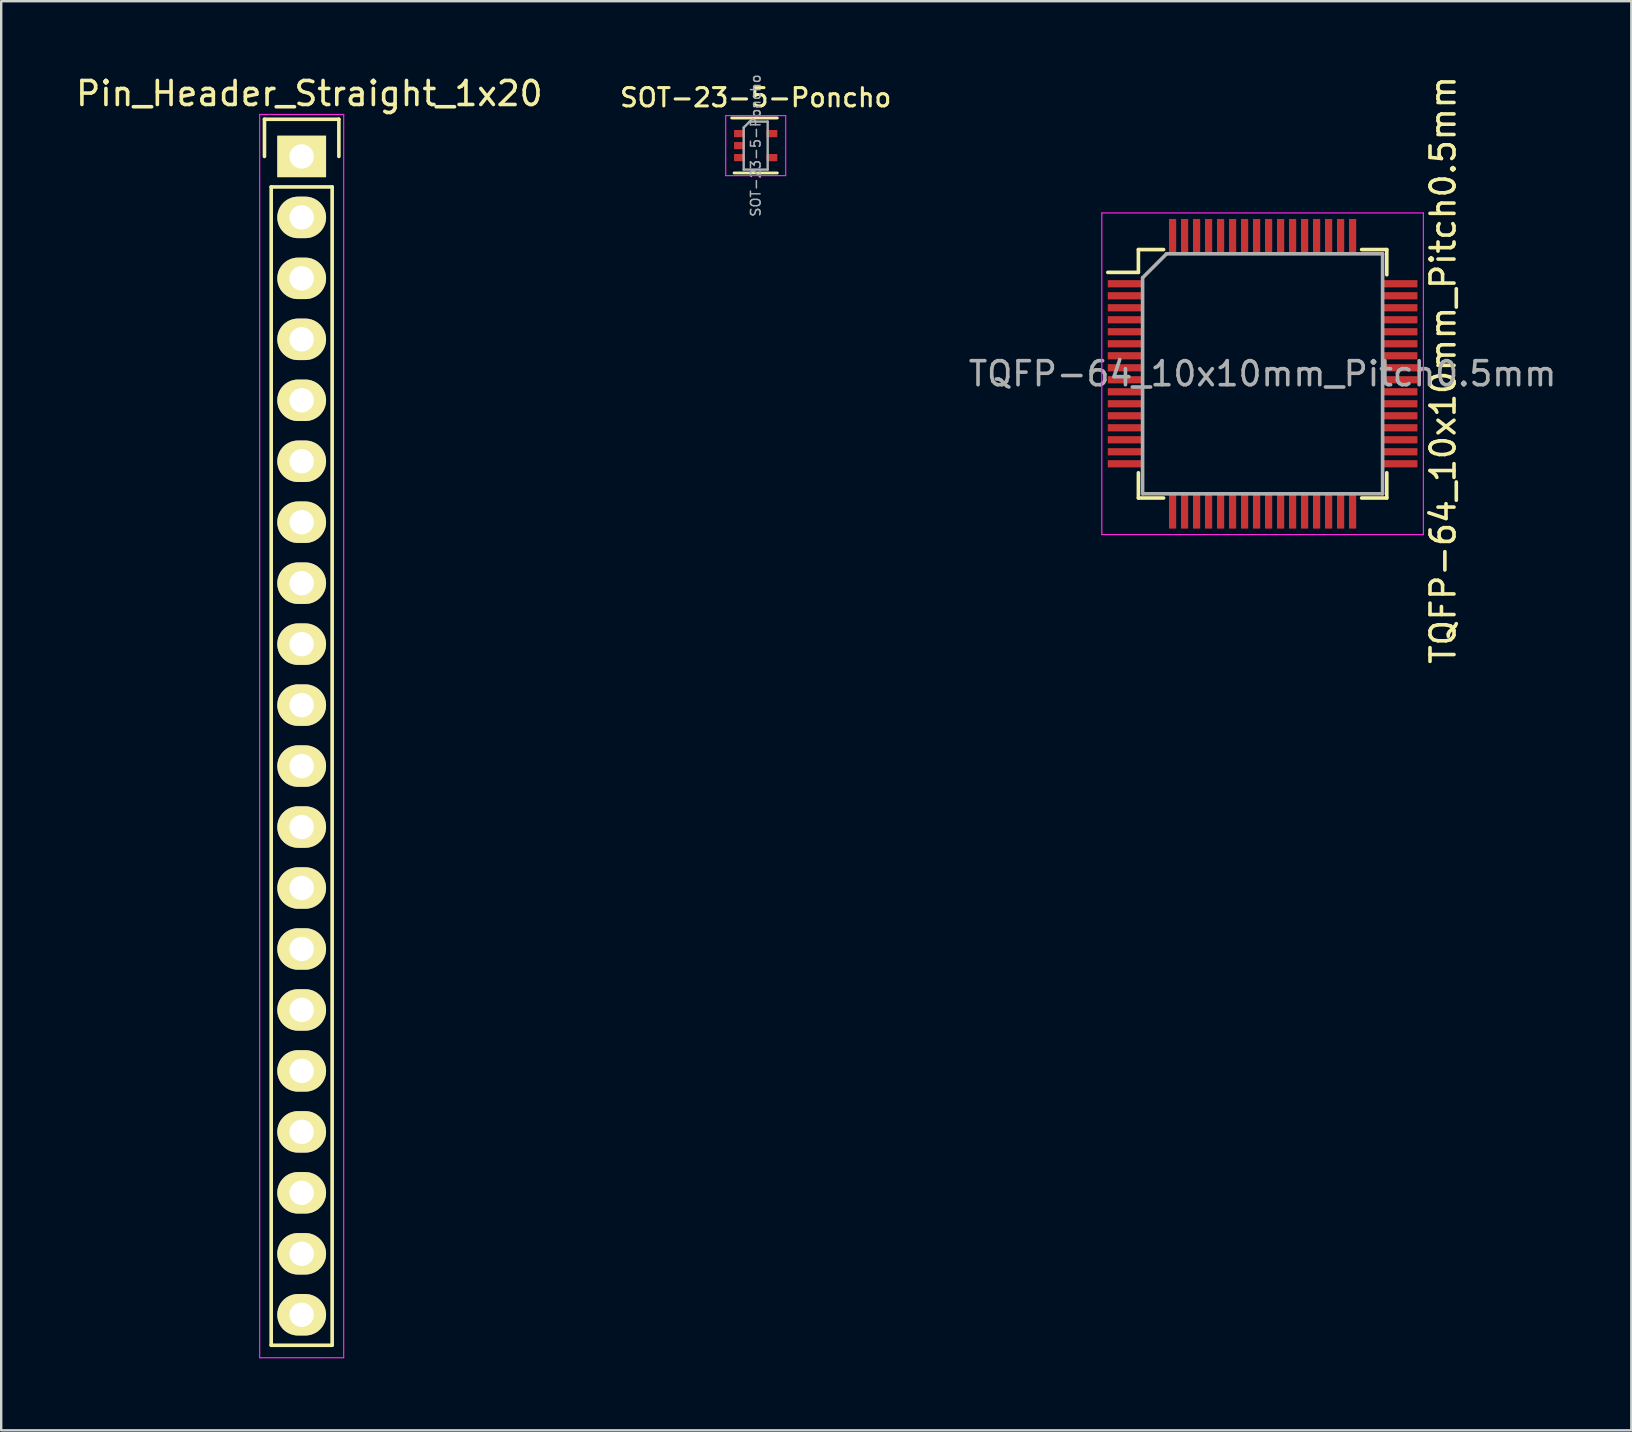
<source format=kicad_pcb>
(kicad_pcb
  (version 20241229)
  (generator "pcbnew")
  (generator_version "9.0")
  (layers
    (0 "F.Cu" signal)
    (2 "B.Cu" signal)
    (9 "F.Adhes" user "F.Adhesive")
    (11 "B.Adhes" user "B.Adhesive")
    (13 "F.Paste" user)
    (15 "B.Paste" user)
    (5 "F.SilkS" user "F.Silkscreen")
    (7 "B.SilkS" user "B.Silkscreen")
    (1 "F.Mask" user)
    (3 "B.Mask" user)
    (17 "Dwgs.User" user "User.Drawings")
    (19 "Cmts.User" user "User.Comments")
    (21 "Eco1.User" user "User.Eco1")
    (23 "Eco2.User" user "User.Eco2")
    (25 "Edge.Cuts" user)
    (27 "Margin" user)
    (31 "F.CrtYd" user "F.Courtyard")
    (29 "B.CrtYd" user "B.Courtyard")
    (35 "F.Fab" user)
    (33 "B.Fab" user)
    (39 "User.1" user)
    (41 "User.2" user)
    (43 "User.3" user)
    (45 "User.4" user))
  (footprint "SOT-23-5-Poncho"
    (layer "F.Cu")
    (at 28.435 3.016)
    (property "Reference" "SOT-23-5-Poncho" (at 0 -2 0) (layer "F.SilkS") (effects (font (size 0.762 0.762) (thickness 0.127))))
    (attr smd)
    (fp_line (start -0.9 1.14) (end 0.9 1.14) (stroke (width 0.12) (type solid)) (layer "F.SilkS"))
    (fp_line (start 0.9 -1.15) (end -1 -1.15) (stroke (width 0.12) (type solid)) (layer "F.SilkS"))
    (fp_line (start -1.25 -1.25) (end 1.25 -1.25) (stroke (width 0.05) (type solid)) (layer "F.CrtYd"))
    (fp_line (start -1.25 1.25) (end -1.25 -1.25) (stroke (width 0.05) (type solid)) (layer "F.CrtYd"))
    (fp_line (start 1.25 -1.25) (end 1.25 1.25) (stroke (width 0.05) (type solid)) (layer "F.CrtYd"))
    (fp_line (start 1.25 1.25) (end -1.25 1.25) (stroke (width 0.05) (type solid)) (layer "F.CrtYd"))
    (fp_line (start -0.5 -0.75) (end -0.5 1) (stroke (width 0.1) (type solid)) (layer "F.Fab"))
    (fp_line (start -0.5 -0.75) (end -0.25 -1) (stroke (width 0.1) (type solid)) (layer "F.Fab"))
    (fp_line (start 0.5 -1) (end -0.25 -1) (stroke (width 0.1) (type solid)) (layer "F.Fab"))
    (fp_line (start 0.5 -1) (end 0.5 1) (stroke (width 0.1) (type solid)) (layer "F.Fab"))
    (fp_line (start 0.5 1) (end -0.5 1) (stroke (width 0.1) (type solid)) (layer "F.Fab"))
    (fp_text user "${REFERENCE}" (at 0 0 90) (layer "F.Fab") (effects (font (size 0.4 0.4) (thickness 0.062))))
    (pad "1" smd rect (at -0.675 -0.5) (size 0.45 0.3) (layers "F.Cu" "F.Mask" "F.Paste"))
    (pad "2" smd rect (at -0.675 0) (size 0.45 0.3) (layers "F.Cu" "F.Mask" "F.Paste"))
    (pad "3" smd rect (at -0.675 0.5) (size 0.45 0.3) (layers "F.Cu" "F.Mask" "F.Paste"))
    (pad "4" smd rect (at 0.675 0.5) (size 0.45 0.3) (layers "F.Cu" "F.Mask" "F.Paste"))
    (pad "5" smd rect (at 0.675 -0.5) (size 0.45 0.3) (layers "F.Cu" "F.Mask" "F.Paste")))
  (footprint "Pin_Header_Straight_1x20"
    (layer "F.Cu")
    (at 9.519 3.468)
    (property "Reference" "Pin_Header_Straight_1x20" (at 0.32 -2.62 0) (layer "F.SilkS") (effects (font (size 1 1) (thickness 0.15))))
    (attr through_hole)
    (fp_line (start -1.55 -1.55) (end 1.55 -1.55) (stroke (width 0.15) (type solid)) (layer "F.SilkS"))
    (fp_line (start -1.55 0) (end -1.55 -1.55) (stroke (width 0.15) (type solid)) (layer "F.SilkS"))
    (fp_line (start -1.27 49.53) (end -1.27 1.27) (stroke (width 0.15) (type solid)) (layer "F.SilkS"))
    (fp_line (start 1.27 1.27) (end -1.27 1.27) (stroke (width 0.15) (type solid)) (layer "F.SilkS"))
    (fp_line (start 1.27 1.27) (end 1.27 49.53) (stroke (width 0.15) (type solid)) (layer "F.SilkS"))
    (fp_line (start 1.27 49.53) (end -1.27 49.53) (stroke (width 0.15) (type solid)) (layer "F.SilkS"))
    (fp_line (start 1.55 -1.55) (end 1.55 0) (stroke (width 0.15) (type solid)) (layer "F.SilkS"))
    (fp_line (start -1.75 -1.75) (end -1.75 50.05) (stroke (width 0.05) (type solid)) (layer "F.CrtYd"))
    (fp_line (start -1.75 -1.75) (end 1.75 -1.75) (stroke (width 0.05) (type solid)) (layer "F.CrtYd"))
    (fp_line (start -1.75 50.05) (end 1.75 50.05) (stroke (width 0.05) (type solid)) (layer "F.CrtYd"))
    (fp_line (start 1.75 -1.75) (end 1.75 50.05) (stroke (width 0.05) (type solid)) (layer "F.CrtYd"))
    (pad "1" thru_hole rect (at 0 0) (size 2.032 1.727) (drill 1.016) (layers "*.Cu" "*.Mask" "F.SilkS"))
    (pad "2" thru_hole oval (at 0 2.54) (size 2.032 1.727) (drill 1.016) (layers "*.Cu" "*.Mask" "F.SilkS"))
    (pad "3" thru_hole oval (at 0 5.08) (size 2.032 1.727) (drill 1.016) (layers "*.Cu" "*.Mask" "F.SilkS"))
    (pad "4" thru_hole oval (at 0 7.62) (size 2.032 1.727) (drill 1.016) (layers "*.Cu" "*.Mask" "F.SilkS"))
    (pad "5" thru_hole oval (at 0 10.16) (size 2.032 1.727) (drill 1.016) (layers "*.Cu" "*.Mask" "F.SilkS"))
    (pad "6" thru_hole oval (at 0 12.7) (size 2.032 1.727) (drill 1.016) (layers "*.Cu" "*.Mask" "F.SilkS"))
    (pad "7" thru_hole oval (at 0 15.24) (size 2.032 1.727) (drill 1.016) (layers "*.Cu" "*.Mask" "F.SilkS"))
    (pad "8" thru_hole oval (at 0 17.78) (size 2.032 1.727) (drill 1.016) (layers "*.Cu" "*.Mask" "F.SilkS"))
    (pad "9" thru_hole oval (at 0 20.32) (size 2.032 1.727) (drill 1.016) (layers "*.Cu" "*.Mask" "F.SilkS"))
    (pad "10" thru_hole oval (at 0 22.86) (size 2.032 1.727) (drill 1.016) (layers "*.Cu" "*.Mask" "F.SilkS"))
    (pad "11" thru_hole oval (at 0 25.4) (size 2.032 1.727) (drill 1.016) (layers "*.Cu" "*.Mask" "F.SilkS"))
    (pad "12" thru_hole oval (at 0 27.94) (size 2.032 1.727) (drill 1.016) (layers "*.Cu" "*.Mask" "F.SilkS"))
    (pad "13" thru_hole oval (at 0 30.48) (size 2.032 1.727) (drill 1.016) (layers "*.Cu" "*.Mask" "F.SilkS"))
    (pad "14" thru_hole oval (at 0 33.02) (size 2.032 1.727) (drill 1.016) (layers "*.Cu" "*.Mask" "F.SilkS"))
    (pad "15" thru_hole oval (at 0 35.56) (size 2.032 1.727) (drill 1.016) (layers "*.Cu" "*.Mask" "F.SilkS"))
    (pad "16" thru_hole oval (at 0 38.1) (size 2.032 1.727) (drill 1.016) (layers "*.Cu" "*.Mask" "F.SilkS"))
    (pad "17" thru_hole oval (at 0 40.64) (size 2.032 1.727) (drill 1.016) (layers "*.Cu" "*.Mask" "F.SilkS"))
    (pad "18" thru_hole oval (at 0 43.18) (size 2.032 1.727) (drill 1.016) (layers "*.Cu" "*.Mask" "F.SilkS"))
    (pad "19" thru_hole oval (at 0 45.72) (size 2.032 1.727) (drill 1.016) (layers "*.Cu" "*.Mask" "F.SilkS"))
    (pad "20" thru_hole oval (at 0 48.26) (size 2.032 1.727) (drill 1.016) (layers "*.Cu" "*.Mask" "F.SilkS")))
  (footprint "TQFP-64_10x10mm_Pitch0.5mm"
    (layer "F.Cu")
    (at 49.555 12.523)
    (property "Reference" "TQFP-64_10x10mm_Pitch0.5mm" (at 7.52 -0.16 90) (layer "F.SilkS") (effects (font (size 1 1) (thickness 0.15))))
    (attr smd)
    (fp_line (start -5.175 -5.175) (end -5.175 -4.225) (stroke (width 0.15) (type solid)) (layer "F.SilkS"))
    (fp_line (start -5.175 -5.175) (end -4.125 -5.175) (stroke (width 0.15) (type solid)) (layer "F.SilkS"))
    (fp_line (start -5.175 -4.225) (end -6.45 -4.225) (stroke (width 0.15) (type solid)) (layer "F.SilkS"))
    (fp_line (start -5.175 5.175) (end -5.175 4.125) (stroke (width 0.15) (type solid)) (layer "F.SilkS"))
    (fp_line (start -5.175 5.175) (end -4.125 5.175) (stroke (width 0.15) (type solid)) (layer "F.SilkS"))
    (fp_line (start 5.175 -5.175) (end 4.125 -5.175) (stroke (width 0.15) (type solid)) (layer "F.SilkS"))
    (fp_line (start 5.175 -5.175) (end 5.175 -4.125) (stroke (width 0.15) (type solid)) (layer "F.SilkS"))
    (fp_line (start 5.175 5.175) (end 4.125 5.175) (stroke (width 0.15) (type solid)) (layer "F.SilkS"))
    (fp_line (start 5.175 5.175) (end 5.175 4.125) (stroke (width 0.15) (type solid)) (layer "F.SilkS"))
    (fp_line (start -6.7 -6.7) (end -6.7 6.7) (stroke (width 0.05) (type solid)) (layer "F.CrtYd"))
    (fp_line (start -6.7 -6.7) (end 6.7 -6.7) (stroke (width 0.05) (type solid)) (layer "F.CrtYd"))
    (fp_line (start -6.7 6.7) (end 6.7 6.7) (stroke (width 0.05) (type solid)) (layer "F.CrtYd"))
    (fp_line (start 6.7 -6.7) (end 6.7 6.7) (stroke (width 0.05) (type solid)) (layer "F.CrtYd"))
    (fp_line (start -5 -4) (end -4 -5) (stroke (width 0.15) (type solid)) (layer "F.Fab"))
    (fp_line (start -5 5) (end -5 -4) (stroke (width 0.15) (type solid)) (layer "F.Fab"))
    (fp_line (start -4 -5) (end 5 -5) (stroke (width 0.15) (type solid)) (layer "F.Fab"))
    (fp_line (start 5 -5) (end 5 5) (stroke (width 0.15) (type solid)) (layer "F.Fab"))
    (fp_line (start 5 5) (end -5 5) (stroke (width 0.15) (type solid)) (layer "F.Fab"))
    (fp_text user "${REFERENCE}" (at 0 0 0) (layer "F.Fab") (effects (font (size 1 1) (thickness 0.15))))
    (pad "1" smd rect (at -5.7 -3.75) (size 1.5 0.3) (layers "F.Cu" "F.Mask" "F.Paste"))
    (pad "2" smd rect (at -5.7 -3.25) (size 1.5 0.3) (layers "F.Cu" "F.Mask" "F.Paste"))
    (pad "3" smd rect (at -5.7 -2.75) (size 1.5 0.3) (layers "F.Cu" "F.Mask" "F.Paste"))
    (pad "4" smd rect (at -5.7 -2.25) (size 1.5 0.3) (layers "F.Cu" "F.Mask" "F.Paste"))
    (pad "5" smd rect (at -5.7 -1.75) (size 1.5 0.3) (layers "F.Cu" "F.Mask" "F.Paste"))
    (pad "6" smd rect (at -5.7 -1.25) (size 1.5 0.3) (layers "F.Cu" "F.Mask" "F.Paste"))
    (pad "7" smd rect (at -5.7 -0.75) (size 1.5 0.3) (layers "F.Cu" "F.Mask" "F.Paste"))
    (pad "8" smd rect (at -5.7 -0.25) (size 1.5 0.3) (layers "F.Cu" "F.Mask" "F.Paste"))
    (pad "9" smd rect (at -5.7 0.25) (size 1.5 0.3) (layers "F.Cu" "F.Mask" "F.Paste"))
    (pad "10" smd rect (at -5.7 0.75) (size 1.5 0.3) (layers "F.Cu" "F.Mask" "F.Paste"))
    (pad "11" smd rect (at -5.7 1.25) (size 1.5 0.3) (layers "F.Cu" "F.Mask" "F.Paste"))
    (pad "12" smd rect (at -5.7 1.75) (size 1.5 0.3) (layers "F.Cu" "F.Mask" "F.Paste"))
    (pad "13" smd rect (at -5.7 2.25) (size 1.5 0.3) (layers "F.Cu" "F.Mask" "F.Paste"))
    (pad "14" smd rect (at -5.7 2.75) (size 1.5 0.3) (layers "F.Cu" "F.Mask" "F.Paste"))
    (pad "15" smd rect (at -5.7 3.25) (size 1.5 0.3) (layers "F.Cu" "F.Mask" "F.Paste"))
    (pad "16" smd rect (at -5.7 3.75) (size 1.5 0.3) (layers "F.Cu" "F.Mask" "F.Paste"))
    (pad "17" smd rect (at -3.75 5.7 90) (size 1.5 0.3) (layers "F.Cu" "F.Mask" "F.Paste"))
    (pad "18" smd rect (at -3.25 5.7 90) (size 1.5 0.3) (layers "F.Cu" "F.Mask" "F.Paste"))
    (pad "19" smd rect (at -2.75 5.7 90) (size 1.5 0.3) (layers "F.Cu" "F.Mask" "F.Paste"))
    (pad "20" smd rect (at -2.25 5.7 90) (size 1.5 0.3) (layers "F.Cu" "F.Mask" "F.Paste"))
    (pad "21" smd rect (at -1.75 5.7 90) (size 1.5 0.3) (layers "F.Cu" "F.Mask" "F.Paste"))
    (pad "22" smd rect (at -1.25 5.7 90) (size 1.5 0.3) (layers "F.Cu" "F.Mask" "F.Paste"))
    (pad "23" smd rect (at -0.75 5.7 90) (size 1.5 0.3) (layers "F.Cu" "F.Mask" "F.Paste"))
    (pad "24" smd rect (at -0.25 5.7 90) (size 1.5 0.3) (layers "F.Cu" "F.Mask" "F.Paste"))
    (pad "25" smd rect (at 0.25 5.7 90) (size 1.5 0.3) (layers "F.Cu" "F.Mask" "F.Paste"))
    (pad "26" smd rect (at 0.75 5.7 90) (size 1.5 0.3) (layers "F.Cu" "F.Mask" "F.Paste"))
    (pad "27" smd rect (at 1.25 5.7 90) (size 1.5 0.3) (layers "F.Cu" "F.Mask" "F.Paste"))
    (pad "28" smd rect (at 1.75 5.7 90) (size 1.5 0.3) (layers "F.Cu" "F.Mask" "F.Paste"))
    (pad "29" smd rect (at 2.25 5.7 90) (size 1.5 0.3) (layers "F.Cu" "F.Mask" "F.Paste"))
    (pad "30" smd rect (at 2.75 5.7 90) (size 1.5 0.3) (layers "F.Cu" "F.Mask" "F.Paste"))
    (pad "31" smd rect (at 3.25 5.7 90) (size 1.5 0.3) (layers "F.Cu" "F.Mask" "F.Paste"))
    (pad "32" smd rect (at 3.75 5.7 90) (size 1.5 0.3) (layers "F.Cu" "F.Mask" "F.Paste"))
    (pad "33" smd rect (at 5.7 3.75) (size 1.5 0.3) (layers "F.Cu" "F.Mask" "F.Paste"))
    (pad "34" smd rect (at 5.7 3.25) (size 1.5 0.3) (layers "F.Cu" "F.Mask" "F.Paste"))
    (pad "35" smd rect (at 5.7 2.75) (size 1.5 0.3) (layers "F.Cu" "F.Mask" "F.Paste"))
    (pad "36" smd rect (at 5.7 2.25) (size 1.5 0.3) (layers "F.Cu" "F.Mask" "F.Paste"))
    (pad "37" smd rect (at 5.7 1.75) (size 1.5 0.3) (layers "F.Cu" "F.Mask" "F.Paste"))
    (pad "38" smd rect (at 5.7 1.25) (size 1.5 0.3) (layers "F.Cu" "F.Mask" "F.Paste"))
    (pad "39" smd rect (at 5.7 0.75) (size 1.5 0.3) (layers "F.Cu" "F.Mask" "F.Paste"))
    (pad "40" smd rect (at 5.7 0.25) (size 1.5 0.3) (layers "F.Cu" "F.Mask" "F.Paste"))
    (pad "41" smd rect (at 5.7 -0.25) (size 1.5 0.3) (layers "F.Cu" "F.Mask" "F.Paste"))
    (pad "42" smd rect (at 5.7 -0.75) (size 1.5 0.3) (layers "F.Cu" "F.Mask" "F.Paste"))
    (pad "43" smd rect (at 5.7 -1.25) (size 1.5 0.3) (layers "F.Cu" "F.Mask" "F.Paste"))
    (pad "44" smd rect (at 5.7 -1.75) (size 1.5 0.3) (layers "F.Cu" "F.Mask" "F.Paste"))
    (pad "45" smd rect (at 5.7 -2.25) (size 1.5 0.3) (layers "F.Cu" "F.Mask" "F.Paste"))
    (pad "46" smd rect (at 5.7 -2.75) (size 1.5 0.3) (layers "F.Cu" "F.Mask" "F.Paste"))
    (pad "47" smd rect (at 5.7 -3.25) (size 1.5 0.3) (layers "F.Cu" "F.Mask" "F.Paste"))
    (pad "48" smd rect (at 5.7 -3.75) (size 1.5 0.3) (layers "F.Cu" "F.Mask" "F.Paste"))
    (pad "49" smd rect (at 3.75 -5.7 90) (size 1.5 0.3) (layers "F.Cu" "F.Mask" "F.Paste"))
    (pad "50" smd rect (at 3.25 -5.7 90) (size 1.5 0.3) (layers "F.Cu" "F.Mask" "F.Paste"))
    (pad "51" smd rect (at 2.75 -5.7 90) (size 1.5 0.3) (layers "F.Cu" "F.Mask" "F.Paste"))
    (pad "52" smd rect (at 2.25 -5.7 90) (size 1.5 0.3) (layers "F.Cu" "F.Mask" "F.Paste"))
    (pad "53" smd rect (at 1.75 -5.7 90) (size 1.5 0.3) (layers "F.Cu" "F.Mask" "F.Paste"))
    (pad "54" smd rect (at 1.25 -5.7 90) (size 1.5 0.3) (layers "F.Cu" "F.Mask" "F.Paste"))
    (pad "55" smd rect (at 0.75 -5.7 90) (size 1.5 0.3) (layers "F.Cu" "F.Mask" "F.Paste"))
    (pad "56" smd rect (at 0.25 -5.7 90) (size 1.5 0.3) (layers "F.Cu" "F.Mask" "F.Paste"))
    (pad "57" smd rect (at -0.25 -5.7 90) (size 1.5 0.3) (layers "F.Cu" "F.Mask" "F.Paste"))
    (pad "58" smd rect (at -0.75 -5.7 90) (size 1.5 0.3) (layers "F.Cu" "F.Mask" "F.Paste"))
    (pad "59" smd rect (at -1.25 -5.7 90) (size 1.5 0.3) (layers "F.Cu" "F.Mask" "F.Paste"))
    (pad "60" smd rect (at -1.75 -5.7 90) (size 1.5 0.3) (layers "F.Cu" "F.Mask" "F.Paste"))
    (pad "61" smd rect (at -2.25 -5.7 90) (size 1.5 0.3) (layers "F.Cu" "F.Mask" "F.Paste"))
    (pad "62" smd rect (at -2.75 -5.7 90) (size 1.5 0.3) (layers "F.Cu" "F.Mask" "F.Paste"))
    (pad "63" smd rect (at -3.25 -5.7 90) (size 1.5 0.3) (layers "F.Cu" "F.Mask" "F.Paste"))
    (pad "64" smd rect (at -3.75 -5.7 90) (size 1.5 0.3) (layers "F.Cu" "F.Mask" "F.Paste")))
  (gr_rect
    (start -3 -3)
    (end 64.918 56.543)
    (stroke (width 0.1) (type default))
    (fill no)
    (layer "Edge.Cuts")))
</source>
